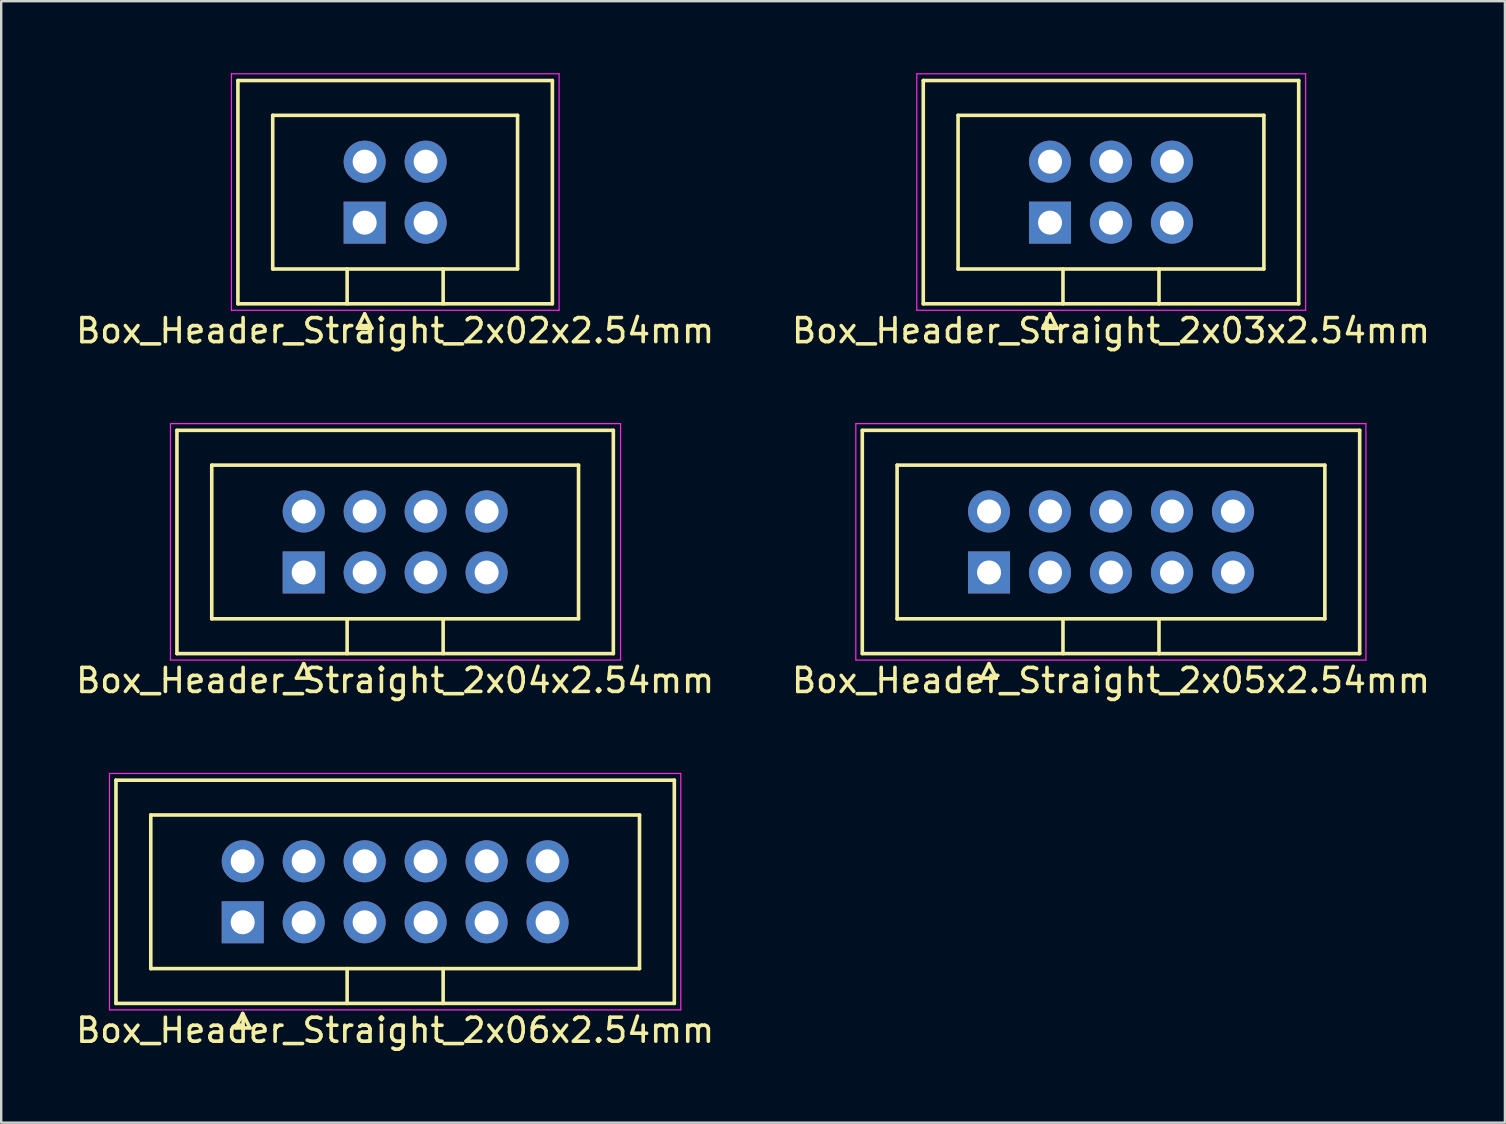
<source format=kicad_pcb>
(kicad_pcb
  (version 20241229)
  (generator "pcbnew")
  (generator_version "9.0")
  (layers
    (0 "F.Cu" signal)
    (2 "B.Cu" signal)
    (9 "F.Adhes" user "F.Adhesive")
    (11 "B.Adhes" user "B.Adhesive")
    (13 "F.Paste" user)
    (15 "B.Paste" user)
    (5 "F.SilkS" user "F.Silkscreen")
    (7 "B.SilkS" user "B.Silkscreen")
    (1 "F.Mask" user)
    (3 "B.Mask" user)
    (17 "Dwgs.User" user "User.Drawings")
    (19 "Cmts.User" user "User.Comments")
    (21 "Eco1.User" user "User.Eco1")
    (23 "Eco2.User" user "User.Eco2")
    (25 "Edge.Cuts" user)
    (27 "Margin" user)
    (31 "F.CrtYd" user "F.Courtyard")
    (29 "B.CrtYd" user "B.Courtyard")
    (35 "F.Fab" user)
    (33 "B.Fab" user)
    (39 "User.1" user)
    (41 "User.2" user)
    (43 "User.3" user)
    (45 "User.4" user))
  (footprint "Box_Header_Straight_2x05x2.54mm"
    (layer "F.Cu")
    (at 38.152 20.798)
    (property "Reference" "Box_Header_Straight_2x05x2.54mm" (at 5.08 4.5 0) (layer "F.SilkS") (effects (font (size 1 1) (thickness 0.15))))
    (attr through_hole)
    (fp_line (start -5.28 -5.92) (end -5.28 3.38) (stroke (width 0.15) (type solid)) (layer "F.SilkS"))
    (fp_line (start -5.28 3.38) (end 15.44 3.38) (stroke (width 0.15) (type solid)) (layer "F.SilkS"))
    (fp_line (start -3.83 -4.47) (end -3.83 1.93) (stroke (width 0.15) (type solid)) (layer "F.SilkS"))
    (fp_line (start -3.83 1.93) (end 13.99 1.93) (stroke (width 0.15) (type solid)) (layer "F.SilkS"))
    (fp_line (start -0.3 4.4) (end 0.3 4.4) (stroke (width 0.15) (type solid)) (layer "F.SilkS"))
    (fp_line (start 0 3.8) (end -0.3 4.4) (stroke (width 0.15) (type solid)) (layer "F.SilkS"))
    (fp_line (start 0.3 4.4) (end 0 3.8) (stroke (width 0.15) (type solid)) (layer "F.SilkS"))
    (fp_line (start 3.08 3.38) (end 3.08 1.93) (stroke (width 0.15) (type solid)) (layer "F.SilkS"))
    (fp_line (start 7.08 3.38) (end 7.08 1.93) (stroke (width 0.15) (type solid)) (layer "F.SilkS"))
    (fp_line (start 13.99 -4.47) (end -3.83 -4.47) (stroke (width 0.15) (type solid)) (layer "F.SilkS"))
    (fp_line (start 13.99 1.93) (end 13.99 -4.47) (stroke (width 0.15) (type solid)) (layer "F.SilkS"))
    (fp_line (start 15.44 -5.92) (end -5.28 -5.92) (stroke (width 0.15) (type solid)) (layer "F.SilkS"))
    (fp_line (start 15.44 3.38) (end 15.44 -5.92) (stroke (width 0.15) (type solid)) (layer "F.SilkS"))
    (fp_line (start -5.55 -6.2) (end -5.55 3.65) (stroke (width 0.05) (type solid)) (layer "F.CrtYd"))
    (fp_line (start -5.55 3.65) (end 15.7 3.65) (stroke (width 0.05) (type solid)) (layer "F.CrtYd"))
    (fp_line (start 15.7 -6.2) (end -5.55 -6.2) (stroke (width 0.05) (type solid)) (layer "F.CrtYd"))
    (fp_line (start 15.7 3.65) (end 15.7 -6.2) (stroke (width 0.05) (type solid)) (layer "F.CrtYd"))
    (pad "1" thru_hole rect (at 0 0) (size 1.75 1.75) (drill 1) (layers "*.Cu" "*.Mask"))
    (pad "2" thru_hole circle (at 0 -2.54) (size 1.75 1.75) (drill 1) (layers "*.Cu" "*.Mask"))
    (pad "3" thru_hole circle (at 2.54 0) (size 1.75 1.75) (drill 1) (layers "*.Cu" "*.Mask"))
    (pad "4" thru_hole circle (at 2.54 -2.54) (size 1.75 1.75) (drill 1) (layers "*.Cu" "*.Mask"))
    (pad "5" thru_hole circle (at 5.08 0) (size 1.75 1.75) (drill 1) (layers "*.Cu" "*.Mask"))
    (pad "6" thru_hole circle (at 5.08 -2.54) (size 1.75 1.75) (drill 1) (layers "*.Cu" "*.Mask"))
    (pad "7" thru_hole circle (at 7.62 0) (size 1.75 1.75) (drill 1) (layers "*.Cu" "*.Mask"))
    (pad "8" thru_hole circle (at 7.62 -2.54) (size 1.75 1.75) (drill 1) (layers "*.Cu" "*.Mask"))
    (pad "9" thru_hole circle (at 10.16 0) (size 1.75 1.75) (drill 1) (layers "*.Cu" "*.Mask"))
    (pad "10" thru_hole circle (at 10.16 -2.54) (size 1.75 1.75) (drill 1) (layers "*.Cu" "*.Mask")))
  (footprint "Box_Header_Straight_2x02x2.54mm"
    (layer "F.Cu")
    (at 12.141 6.225)
    (property "Reference" "Box_Header_Straight_2x02x2.54mm" (at 1.27 4.5 0) (layer "F.SilkS") (effects (font (size 1 1) (thickness 0.15))))
    (attr through_hole)
    (fp_line (start -5.28 -5.92) (end -5.28 3.38) (stroke (width 0.15) (type solid)) (layer "F.SilkS"))
    (fp_line (start -5.28 3.38) (end 7.82 3.38) (stroke (width 0.15) (type solid)) (layer "F.SilkS"))
    (fp_line (start -3.83 -4.47) (end -3.83 1.93) (stroke (width 0.15) (type solid)) (layer "F.SilkS"))
    (fp_line (start -3.83 1.93) (end 6.37 1.93) (stroke (width 0.15) (type solid)) (layer "F.SilkS"))
    (fp_line (start -0.73 3.38) (end -0.73 1.93) (stroke (width 0.15) (type solid)) (layer "F.SilkS"))
    (fp_line (start -0.3 4.4) (end 0.3 4.4) (stroke (width 0.15) (type solid)) (layer "F.SilkS"))
    (fp_line (start 0 3.8) (end -0.3 4.4) (stroke (width 0.15) (type solid)) (layer "F.SilkS"))
    (fp_line (start 0.3 4.4) (end 0 3.8) (stroke (width 0.15) (type solid)) (layer "F.SilkS"))
    (fp_line (start 3.27 3.38) (end 3.27 1.93) (stroke (width 0.15) (type solid)) (layer "F.SilkS"))
    (fp_line (start 6.37 -4.47) (end -3.83 -4.47) (stroke (width 0.15) (type solid)) (layer "F.SilkS"))
    (fp_line (start 6.37 1.93) (end 6.37 -4.47) (stroke (width 0.15) (type solid)) (layer "F.SilkS"))
    (fp_line (start 7.82 -5.92) (end -5.28 -5.92) (stroke (width 0.15) (type solid)) (layer "F.SilkS"))
    (fp_line (start 7.82 3.38) (end 7.82 -5.92) (stroke (width 0.15) (type solid)) (layer "F.SilkS"))
    (fp_line (start -5.55 -6.2) (end -5.55 3.65) (stroke (width 0.05) (type solid)) (layer "F.CrtYd"))
    (fp_line (start -5.55 3.65) (end 8.1 3.65) (stroke (width 0.05) (type solid)) (layer "F.CrtYd"))
    (fp_line (start 8.1 -6.2) (end -5.55 -6.2) (stroke (width 0.05) (type solid)) (layer "F.CrtYd"))
    (fp_line (start 8.1 3.65) (end 8.1 -6.2) (stroke (width 0.05) (type solid)) (layer "F.CrtYd"))
    (pad "1" thru_hole rect (at 0 0) (size 1.75 1.75) (drill 1) (layers "*.Cu" "*.Mask"))
    (pad "2" thru_hole circle (at 0 -2.54) (size 1.75 1.75) (drill 1) (layers "*.Cu" "*.Mask"))
    (pad "3" thru_hole circle (at 2.54 0) (size 1.75 1.75) (drill 1) (layers "*.Cu" "*.Mask"))
    (pad "4" thru_hole circle (at 2.54 -2.54) (size 1.75 1.75) (drill 1) (layers "*.Cu" "*.Mask")))
  (footprint "Box_Header_Straight_2x04x2.54mm"
    (layer "F.Cu")
    (at 9.601 20.798)
    (property "Reference" "Box_Header_Straight_2x04x2.54mm" (at 3.81 4.5 0) (layer "F.SilkS") (effects (font (size 1 1) (thickness 0.15))))
    (attr through_hole)
    (fp_line (start -5.28 -5.92) (end -5.28 3.38) (stroke (width 0.15) (type solid)) (layer "F.SilkS"))
    (fp_line (start -5.28 3.38) (end 12.9 3.38) (stroke (width 0.15) (type solid)) (layer "F.SilkS"))
    (fp_line (start -3.83 -4.47) (end -3.83 1.93) (stroke (width 0.15) (type solid)) (layer "F.SilkS"))
    (fp_line (start -3.83 1.93) (end 11.45 1.93) (stroke (width 0.15) (type solid)) (layer "F.SilkS"))
    (fp_line (start -0.3 4.4) (end 0.3 4.4) (stroke (width 0.15) (type solid)) (layer "F.SilkS"))
    (fp_line (start 0 3.8) (end -0.3 4.4) (stroke (width 0.15) (type solid)) (layer "F.SilkS"))
    (fp_line (start 0.3 4.4) (end 0 3.8) (stroke (width 0.15) (type solid)) (layer "F.SilkS"))
    (fp_line (start 1.81 3.38) (end 1.81 1.93) (stroke (width 0.15) (type solid)) (layer "F.SilkS"))
    (fp_line (start 5.81 3.38) (end 5.81 1.93) (stroke (width 0.15) (type solid)) (layer "F.SilkS"))
    (fp_line (start 11.45 -4.47) (end -3.83 -4.47) (stroke (width 0.15) (type solid)) (layer "F.SilkS"))
    (fp_line (start 11.45 1.93) (end 11.45 -4.47) (stroke (width 0.15) (type solid)) (layer "F.SilkS"))
    (fp_line (start 12.9 -5.92) (end -5.28 -5.92) (stroke (width 0.15) (type solid)) (layer "F.SilkS"))
    (fp_line (start 12.9 3.38) (end 12.9 -5.92) (stroke (width 0.15) (type solid)) (layer "F.SilkS"))
    (fp_line (start -5.55 -6.2) (end -5.55 3.65) (stroke (width 0.05) (type solid)) (layer "F.CrtYd"))
    (fp_line (start -5.55 3.65) (end 13.2 3.65) (stroke (width 0.05) (type solid)) (layer "F.CrtYd"))
    (fp_line (start 13.2 -6.2) (end -5.55 -6.2) (stroke (width 0.05) (type solid)) (layer "F.CrtYd"))
    (fp_line (start 13.2 3.65) (end 13.2 -6.2) (stroke (width 0.05) (type solid)) (layer "F.CrtYd"))
    (pad "1" thru_hole rect (at 0 0) (size 1.75 1.75) (drill 1) (layers "*.Cu" "*.Mask"))
    (pad "2" thru_hole circle (at 0 -2.54) (size 1.75 1.75) (drill 1) (layers "*.Cu" "*.Mask"))
    (pad "3" thru_hole circle (at 2.54 0) (size 1.75 1.75) (drill 1) (layers "*.Cu" "*.Mask"))
    (pad "4" thru_hole circle (at 2.54 -2.54) (size 1.75 1.75) (drill 1) (layers "*.Cu" "*.Mask"))
    (pad "5" thru_hole circle (at 5.08 0) (size 1.75 1.75) (drill 1) (layers "*.Cu" "*.Mask"))
    (pad "6" thru_hole circle (at 5.08 -2.54) (size 1.75 1.75) (drill 1) (layers "*.Cu" "*.Mask"))
    (pad "7" thru_hole circle (at 7.62 0) (size 1.75 1.75) (drill 1) (layers "*.Cu" "*.Mask"))
    (pad "8" thru_hole circle (at 7.62 -2.54) (size 1.75 1.75) (drill 1) (layers "*.Cu" "*.Mask")))
  (footprint "Box_Header_Straight_2x03x2.54mm"
    (layer "F.Cu")
    (at 40.692 6.225)
    (property "Reference" "Box_Header_Straight_2x03x2.54mm" (at 2.54 4.5 0) (layer "F.SilkS") (effects (font (size 1 1) (thickness 0.15))))
    (attr through_hole)
    (fp_line (start -5.28 -5.92) (end -5.28 3.38) (stroke (width 0.15) (type solid)) (layer "F.SilkS"))
    (fp_line (start -5.28 3.38) (end 10.36 3.38) (stroke (width 0.15) (type solid)) (layer "F.SilkS"))
    (fp_line (start -3.83 -4.47) (end -3.83 1.93) (stroke (width 0.15) (type solid)) (layer "F.SilkS"))
    (fp_line (start -3.83 1.93) (end 8.91 1.93) (stroke (width 0.15) (type solid)) (layer "F.SilkS"))
    (fp_line (start -0.3 4.4) (end 0.3 4.4) (stroke (width 0.15) (type solid)) (layer "F.SilkS"))
    (fp_line (start 0 3.8) (end -0.3 4.4) (stroke (width 0.15) (type solid)) (layer "F.SilkS"))
    (fp_line (start 0.3 4.4) (end 0 3.8) (stroke (width 0.15) (type solid)) (layer "F.SilkS"))
    (fp_line (start 0.54 3.38) (end 0.54 1.93) (stroke (width 0.15) (type solid)) (layer "F.SilkS"))
    (fp_line (start 4.54 3.38) (end 4.54 1.93) (stroke (width 0.15) (type solid)) (layer "F.SilkS"))
    (fp_line (start 8.91 -4.47) (end -3.83 -4.47) (stroke (width 0.15) (type solid)) (layer "F.SilkS"))
    (fp_line (start 8.91 1.93) (end 8.91 -4.47) (stroke (width 0.15) (type solid)) (layer "F.SilkS"))
    (fp_line (start 10.36 -5.92) (end -5.28 -5.92) (stroke (width 0.15) (type solid)) (layer "F.SilkS"))
    (fp_line (start 10.36 3.38) (end 10.36 -5.92) (stroke (width 0.15) (type solid)) (layer "F.SilkS"))
    (fp_line (start -5.55 -6.2) (end -5.55 3.65) (stroke (width 0.05) (type solid)) (layer "F.CrtYd"))
    (fp_line (start -5.55 3.65) (end 10.65 3.65) (stroke (width 0.05) (type solid)) (layer "F.CrtYd"))
    (fp_line (start 10.65 -6.2) (end -5.55 -6.2) (stroke (width 0.05) (type solid)) (layer "F.CrtYd"))
    (fp_line (start 10.65 3.65) (end 10.65 -6.2) (stroke (width 0.05) (type solid)) (layer "F.CrtYd"))
    (pad "1" thru_hole rect (at 0 0) (size 1.75 1.75) (drill 1) (layers "*.Cu" "*.Mask"))
    (pad "2" thru_hole circle (at 0 -2.54) (size 1.75 1.75) (drill 1) (layers "*.Cu" "*.Mask"))
    (pad "3" thru_hole circle (at 2.54 0) (size 1.75 1.75) (drill 1) (layers "*.Cu" "*.Mask"))
    (pad "4" thru_hole circle (at 2.54 -2.54) (size 1.75 1.75) (drill 1) (layers "*.Cu" "*.Mask"))
    (pad "5" thru_hole circle (at 5.08 0) (size 1.75 1.75) (drill 1) (layers "*.Cu" "*.Mask"))
    (pad "6" thru_hole circle (at 5.08 -2.54) (size 1.75 1.75) (drill 1) (layers "*.Cu" "*.Mask")))
  (footprint "Box_Header_Straight_2x06x2.54mm"
    (layer "F.Cu")
    (at 7.061 35.371)
    (property "Reference" "Box_Header_Straight_2x06x2.54mm" (at 6.35 4.5 0) (layer "F.SilkS") (effects (font (size 1 1) (thickness 0.15))))
    (attr through_hole)
    (fp_line (start -5.28 -5.92) (end -5.28 3.38) (stroke (width 0.15) (type solid)) (layer "F.SilkS"))
    (fp_line (start -5.28 3.38) (end 17.98 3.38) (stroke (width 0.15) (type solid)) (layer "F.SilkS"))
    (fp_line (start -3.83 -4.47) (end -3.83 1.93) (stroke (width 0.15) (type solid)) (layer "F.SilkS"))
    (fp_line (start -3.83 1.93) (end 16.53 1.93) (stroke (width 0.15) (type solid)) (layer "F.SilkS"))
    (fp_line (start -0.3 4.4) (end 0.3 4.4) (stroke (width 0.15) (type solid)) (layer "F.SilkS"))
    (fp_line (start 0 3.8) (end -0.3 4.4) (stroke (width 0.15) (type solid)) (layer "F.SilkS"))
    (fp_line (start 0.3 4.4) (end 0 3.8) (stroke (width 0.15) (type solid)) (layer "F.SilkS"))
    (fp_line (start 4.35 3.38) (end 4.35 1.93) (stroke (width 0.15) (type solid)) (layer "F.SilkS"))
    (fp_line (start 8.35 3.38) (end 8.35 1.93) (stroke (width 0.15) (type solid)) (layer "F.SilkS"))
    (fp_line (start 16.53 -4.47) (end -3.83 -4.47) (stroke (width 0.15) (type solid)) (layer "F.SilkS"))
    (fp_line (start 16.53 1.93) (end 16.53 -4.47) (stroke (width 0.15) (type solid)) (layer "F.SilkS"))
    (fp_line (start 17.98 -5.92) (end -5.28 -5.92) (stroke (width 0.15) (type solid)) (layer "F.SilkS"))
    (fp_line (start 17.98 3.38) (end 17.98 -5.92) (stroke (width 0.15) (type solid)) (layer "F.SilkS"))
    (fp_line (start -5.55 -6.2) (end -5.55 3.65) (stroke (width 0.05) (type solid)) (layer "F.CrtYd"))
    (fp_line (start -5.55 3.65) (end 18.25 3.65) (stroke (width 0.05) (type solid)) (layer "F.CrtYd"))
    (fp_line (start 18.25 -6.2) (end -5.55 -6.2) (stroke (width 0.05) (type solid)) (layer "F.CrtYd"))
    (fp_line (start 18.25 3.65) (end 18.25 -6.2) (stroke (width 0.05) (type solid)) (layer "F.CrtYd"))
    (pad "1" thru_hole rect (at 0 0) (size 1.75 1.75) (drill 1) (layers "*.Cu" "*.Mask"))
    (pad "2" thru_hole circle (at 0 -2.54) (size 1.75 1.75) (drill 1) (layers "*.Cu" "*.Mask"))
    (pad "3" thru_hole circle (at 2.54 0) (size 1.75 1.75) (drill 1) (layers "*.Cu" "*.Mask"))
    (pad "4" thru_hole circle (at 2.54 -2.54) (size 1.75 1.75) (drill 1) (layers "*.Cu" "*.Mask"))
    (pad "5" thru_hole circle (at 5.08 0) (size 1.75 1.75) (drill 1) (layers "*.Cu" "*.Mask"))
    (pad "6" thru_hole circle (at 5.08 -2.54) (size 1.75 1.75) (drill 1) (layers "*.Cu" "*.Mask"))
    (pad "7" thru_hole circle (at 7.62 0) (size 1.75 1.75) (drill 1) (layers "*.Cu" "*.Mask"))
    (pad "8" thru_hole circle (at 7.62 -2.54) (size 1.75 1.75) (drill 1) (layers "*.Cu" "*.Mask"))
    (pad "9" thru_hole circle (at 10.16 0) (size 1.75 1.75) (drill 1) (layers "*.Cu" "*.Mask"))
    (pad "10" thru_hole circle (at 10.16 -2.54) (size 1.75 1.75) (drill 1) (layers "*.Cu" "*.Mask"))
    (pad "11" thru_hole circle (at 12.7 0) (size 1.75 1.75) (drill 1) (layers "*.Cu" "*.Mask"))
    (pad "12" thru_hole circle (at 12.7 -2.54) (size 1.75 1.75) (drill 1) (layers "*.Cu" "*.Mask")))
  (gr_rect
    (start -3 -3)
    (end 59.643 43.72)
    (stroke (width 0.1) (type default))
    (fill no)
    (layer "Edge.Cuts")))
</source>
